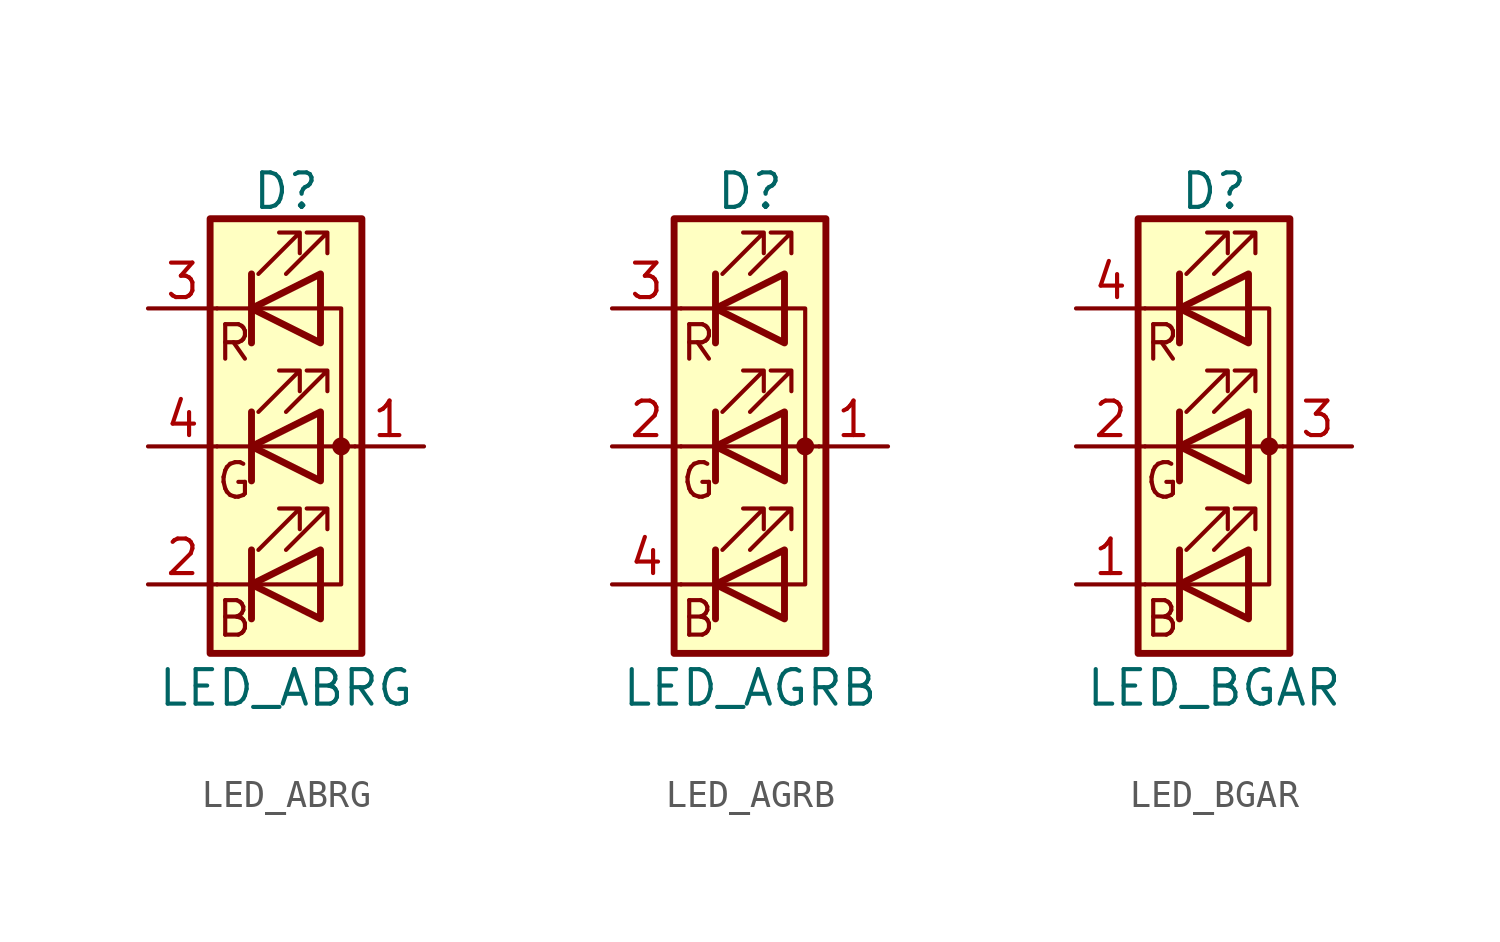
<source format=kicad_sym>
(kicad_symbol_lib
  (version 20220914)
  (generator kicad_symbol_editor)
  (symbol "LED_ABRG"
    (pin_names
      (offset 0) hide)
    (property "Reference" "D"
      (at 0 9.398 0)
      (effects (font (size 1.27 1.27))))
    (property "Value" "LED_ABRG"
      (at 0 -8.89 0)
      (effects (font (size 1.27 1.27))))
    (symbol "LED_ABRG_0_0"
      (text "B" (at -1.905 -6.35 0) (effects (font (size 1.27 1.27))))
      (text "G" (at -1.905 -1.27 0) (effects (font (size 1.27 1.27))))
      (text "R" (at -1.905 3.81 0) (effects (font (size 1.27 1.27)))))
    (symbol "LED_ABRG_0_1"
      (polyline (pts (xy -1.27 -5.08) (xy -2.54 -5.08)) (stroke (width 0) (type default)) (fill (type none)))
      (polyline (pts (xy -1.27 -5.08) (xy 1.27 -5.08)) (stroke (width 0) (type default)) (fill (type none)))
      (polyline (pts (xy -1.27 -3.81) (xy -1.27 -6.35)) (stroke (width 0.254) (type default)) (fill (type none)))
      (polyline (pts (xy -1.27 0) (xy -2.54 0)) (stroke (width 0) (type default)) (fill (type none)))
      (polyline (pts (xy -1.27 1.27) (xy -1.27 -1.27)) (stroke (width 0.254) (type default)) (fill (type none)))
      (polyline (pts (xy -1.27 5.08) (xy -2.54 5.08)) (stroke (width 0) (type default)) (fill (type none)))
      (polyline (pts (xy -1.27 5.08) (xy 1.27 5.08)) (stroke (width 0) (type default)) (fill (type none)))
      (polyline (pts (xy -1.27 6.35) (xy -1.27 3.81)) (stroke (width 0.254) (type default)) (fill (type none)))
      (polyline (pts (xy 1.27 0) (xy -1.27 0)) (stroke (width 0) (type default)) (fill (type none)))
      (polyline (pts (xy 1.27 0) (xy 2.54 0)) (stroke (width 0) (type default)) (fill (type none)))
      (polyline (pts (xy -1.27 1.27) (xy -1.27 -1.27) (xy -1.27 -1.27)) (stroke (width 0) (type default)) (fill (type none)))
      (polyline (pts (xy -1.27 6.35) (xy -1.27 3.81) (xy -1.27 3.81)) (stroke (width 0) (type default)) (fill (type none)))
      (polyline (pts (xy 1.27 -5.08) (xy 2.032 -5.08) (xy 2.032 5.08) (xy 1.27 5.08)) (stroke (width 0) (type default)) (fill (type none)))
      (polyline (pts (xy 1.27 -3.81) (xy 1.27 -6.35) (xy -1.27 -5.08) (xy 1.27 -3.81)) (stroke (width 0.254) (type default)) (fill (type none)))
      (polyline (pts (xy 1.27 1.27) (xy 1.27 -1.27) (xy -1.27 0) (xy 1.27 1.27)) (stroke (width 0.254) (type default)) (fill (type none)))
      (polyline (pts (xy 1.27 6.35) (xy 1.27 3.81) (xy -1.27 5.08) (xy 1.27 6.35)) (stroke (width 0.254) (type default)) (fill (type none)))
      (polyline (pts (xy -1.016 -3.81) (xy 0.508 -2.286) (xy -0.254 -2.286) (xy 0.508 -2.286) (xy 0.508 -3.048)) (stroke (width 0) (type default)) (fill (type none)))
      (polyline (pts (xy -1.016 1.27) (xy 0.508 2.794) (xy -0.254 2.794) (xy 0.508 2.794) (xy 0.508 2.032)) (stroke (width 0) (type default)) (fill (type none)))
      (polyline (pts (xy -1.016 6.35) (xy 0.508 7.874) (xy -0.254 7.874) (xy 0.508 7.874) (xy 0.508 7.112)) (stroke (width 0) (type default)) (fill (type none)))
      (polyline (pts (xy 0 -3.81) (xy 1.524 -2.286) (xy 0.762 -2.286) (xy 1.524 -2.286) (xy 1.524 -3.048)) (stroke (width 0) (type default)) (fill (type none)))
      (polyline (pts (xy 0 1.27) (xy 1.524 2.794) (xy 0.762 2.794) (xy 1.524 2.794) (xy 1.524 2.032)) (stroke (width 0) (type default)) (fill (type none)))
      (polyline (pts (xy 0 6.35) (xy 1.524 7.874) (xy 0.762 7.874) (xy 1.524 7.874) (xy 1.524 7.112)) (stroke (width 0) (type default)) (fill (type none)))
      (rectangle (start 1.27 -1.27) (end 1.27 1.27) (stroke (width 0) (type default)) (fill (type none)))
      (rectangle (start 1.27 1.27) (end 1.27 1.27) (stroke (width 0) (type default)) (fill (type none)))
      (rectangle (start 1.27 3.81) (end 1.27 6.35) (stroke (width 0) (type default)) (fill (type none)))
      (rectangle (start 1.27 6.35) (end 1.27 6.35) (stroke (width 0) (type default)) (fill (type none)))
      (circle (center 2.032 0) (radius 0.254) (stroke (width 0) (type default)) (fill (type outline)))
      (rectangle (start 2.794 8.382) (end -2.794 -7.62) (stroke (width 0.254) (type default)) (fill (type background))))
    (symbol "LED_ABRG_1_1"
      (pin passive line (at 5.08 0 180) (length 2.54) (name "A" (effects (font (size 1.27 1.27)))) (number "1" (effects (font (size 1.27 1.27)))))
      (pin passive line (at -5.08 -5.08 0) (length 2.54) (name "BK" (effects (font (size 1.27 1.27)))) (number "2" (effects (font (size 1.27 1.27)))))
      (pin passive line (at -5.08 5.08 0) (length 2.54) (name "RK" (effects (font (size 1.27 1.27)))) (number "3" (effects (font (size 1.27 1.27)))))
      (pin passive line (at -5.08 0 0) (length 2.54) (name "GK" (effects (font (size 1.27 1.27)))) (number "4" (effects (font (size 1.27 1.27)))))))
  (symbol "LED_AGRB"
    (pin_names
      (offset 0) hide)
    (property "Reference" "D"
      (at 0 9.398 0)
      (effects (font (size 1.27 1.27))))
    (property "Value" "LED_AGRB"
      (at 0 -8.89 0)
      (effects (font (size 1.27 1.27))))
    (symbol "LED_AGRB_0_0"
      (text "B" (at -1.905 -6.35 0) (effects (font (size 1.27 1.27))))
      (text "G" (at -1.905 -1.27 0) (effects (font (size 1.27 1.27))))
      (text "R" (at -1.905 3.81 0) (effects (font (size 1.27 1.27)))))
    (symbol "LED_AGRB_0_1"
      (polyline (pts (xy -1.27 -5.08) (xy -2.54 -5.08)) (stroke (width 0) (type default)) (fill (type none)))
      (polyline (pts (xy -1.27 -5.08) (xy 1.27 -5.08)) (stroke (width 0) (type default)) (fill (type none)))
      (polyline (pts (xy -1.27 -3.81) (xy -1.27 -6.35)) (stroke (width 0.254) (type default)) (fill (type none)))
      (polyline (pts (xy -1.27 0) (xy -2.54 0)) (stroke (width 0) (type default)) (fill (type none)))
      (polyline (pts (xy -1.27 1.27) (xy -1.27 -1.27)) (stroke (width 0.254) (type default)) (fill (type none)))
      (polyline (pts (xy -1.27 5.08) (xy -2.54 5.08)) (stroke (width 0) (type default)) (fill (type none)))
      (polyline (pts (xy -1.27 5.08) (xy 1.27 5.08)) (stroke (width 0) (type default)) (fill (type none)))
      (polyline (pts (xy -1.27 6.35) (xy -1.27 3.81)) (stroke (width 0.254) (type default)) (fill (type none)))
      (polyline (pts (xy 1.27 0) (xy -1.27 0)) (stroke (width 0) (type default)) (fill (type none)))
      (polyline (pts (xy 1.27 0) (xy 2.54 0)) (stroke (width 0) (type default)) (fill (type none)))
      (polyline (pts (xy -1.27 1.27) (xy -1.27 -1.27) (xy -1.27 -1.27)) (stroke (width 0) (type default)) (fill (type none)))
      (polyline (pts (xy -1.27 6.35) (xy -1.27 3.81) (xy -1.27 3.81)) (stroke (width 0) (type default)) (fill (type none)))
      (polyline (pts (xy 1.27 -5.08) (xy 2.032 -5.08) (xy 2.032 5.08) (xy 1.27 5.08)) (stroke (width 0) (type default)) (fill (type none)))
      (polyline (pts (xy 1.27 -3.81) (xy 1.27 -6.35) (xy -1.27 -5.08) (xy 1.27 -3.81)) (stroke (width 0.254) (type default)) (fill (type none)))
      (polyline (pts (xy 1.27 1.27) (xy 1.27 -1.27) (xy -1.27 0) (xy 1.27 1.27)) (stroke (width 0.254) (type default)) (fill (type none)))
      (polyline (pts (xy 1.27 6.35) (xy 1.27 3.81) (xy -1.27 5.08) (xy 1.27 6.35)) (stroke (width 0.254) (type default)) (fill (type none)))
      (polyline (pts (xy -1.016 -3.81) (xy 0.508 -2.286) (xy -0.254 -2.286) (xy 0.508 -2.286) (xy 0.508 -3.048)) (stroke (width 0) (type default)) (fill (type none)))
      (polyline (pts (xy -1.016 1.27) (xy 0.508 2.794) (xy -0.254 2.794) (xy 0.508 2.794) (xy 0.508 2.032)) (stroke (width 0) (type default)) (fill (type none)))
      (polyline (pts (xy -1.016 6.35) (xy 0.508 7.874) (xy -0.254 7.874) (xy 0.508 7.874) (xy 0.508 7.112)) (stroke (width 0) (type default)) (fill (type none)))
      (polyline (pts (xy 0 -3.81) (xy 1.524 -2.286) (xy 0.762 -2.286) (xy 1.524 -2.286) (xy 1.524 -3.048)) (stroke (width 0) (type default)) (fill (type none)))
      (polyline (pts (xy 0 1.27) (xy 1.524 2.794) (xy 0.762 2.794) (xy 1.524 2.794) (xy 1.524 2.032)) (stroke (width 0) (type default)) (fill (type none)))
      (polyline (pts (xy 0 6.35) (xy 1.524 7.874) (xy 0.762 7.874) (xy 1.524 7.874) (xy 1.524 7.112)) (stroke (width 0) (type default)) (fill (type none)))
      (rectangle (start 1.27 -1.27) (end 1.27 1.27) (stroke (width 0) (type default)) (fill (type none)))
      (rectangle (start 1.27 1.27) (end 1.27 1.27) (stroke (width 0) (type default)) (fill (type none)))
      (rectangle (start 1.27 3.81) (end 1.27 6.35) (stroke (width 0) (type default)) (fill (type none)))
      (rectangle (start 1.27 6.35) (end 1.27 6.35) (stroke (width 0) (type default)) (fill (type none)))
      (circle (center 2.032 0) (radius 0.254) (stroke (width 0) (type default)) (fill (type outline)))
      (rectangle (start 2.794 8.382) (end -2.794 -7.62) (stroke (width 0.254) (type default)) (fill (type background))))
    (symbol "LED_AGRB_1_1"
      (pin passive line (at 5.08 0 180) (length 2.54) (name "A" (effects (font (size 1.27 1.27)))) (number "1" (effects (font (size 1.27 1.27)))))
      (pin passive line (at -5.08 0 0) (length 2.54) (name "GK" (effects (font (size 1.27 1.27)))) (number "2" (effects (font (size 1.27 1.27)))))
      (pin passive line (at -5.08 5.08 0) (length 2.54) (name "RK" (effects (font (size 1.27 1.27)))) (number "3" (effects (font (size 1.27 1.27)))))
      (pin passive line (at -5.08 -5.08 0) (length 2.54) (name "BK" (effects (font (size 1.27 1.27)))) (number "4" (effects (font (size 1.27 1.27)))))))
  (symbol "LED_BGAR"
    (pin_names
      (offset 0) hide)
    (property "Reference" "D"
      (at 0 9.398 0)
      (effects (font (size 1.27 1.27))))
    (property "Value" "LED_BGAR"
      (at 0 -8.89 0)
      (effects (font (size 1.27 1.27))))
    (symbol "LED_BGAR_0_0"
      (text "B" (at -1.905 -6.35 0) (effects (font (size 1.27 1.27))))
      (text "G" (at -1.905 -1.27 0) (effects (font (size 1.27 1.27))))
      (text "R" (at -1.905 3.81 0) (effects (font (size 1.27 1.27)))))
    (symbol "LED_BGAR_0_1"
      (polyline (pts (xy -1.27 -5.08) (xy -2.54 -5.08)) (stroke (width 0) (type default)) (fill (type none)))
      (polyline (pts (xy -1.27 -5.08) (xy 1.27 -5.08)) (stroke (width 0) (type default)) (fill (type none)))
      (polyline (pts (xy -1.27 -3.81) (xy -1.27 -6.35)) (stroke (width 0.254) (type default)) (fill (type none)))
      (polyline (pts (xy -1.27 0) (xy -2.54 0)) (stroke (width 0) (type default)) (fill (type none)))
      (polyline (pts (xy -1.27 1.27) (xy -1.27 -1.27)) (stroke (width 0.254) (type default)) (fill (type none)))
      (polyline (pts (xy -1.27 5.08) (xy -2.54 5.08)) (stroke (width 0) (type default)) (fill (type none)))
      (polyline (pts (xy -1.27 5.08) (xy 1.27 5.08)) (stroke (width 0) (type default)) (fill (type none)))
      (polyline (pts (xy -1.27 6.35) (xy -1.27 3.81)) (stroke (width 0.254) (type default)) (fill (type none)))
      (polyline (pts (xy 1.27 0) (xy -1.27 0)) (stroke (width 0) (type default)) (fill (type none)))
      (polyline (pts (xy 1.27 0) (xy 2.54 0)) (stroke (width 0) (type default)) (fill (type none)))
      (polyline (pts (xy -1.27 1.27) (xy -1.27 -1.27) (xy -1.27 -1.27)) (stroke (width 0) (type default)) (fill (type none)))
      (polyline (pts (xy -1.27 6.35) (xy -1.27 3.81) (xy -1.27 3.81)) (stroke (width 0) (type default)) (fill (type none)))
      (polyline (pts (xy 1.27 -5.08) (xy 2.032 -5.08) (xy 2.032 5.08) (xy 1.27 5.08)) (stroke (width 0) (type default)) (fill (type none)))
      (polyline (pts (xy 1.27 -3.81) (xy 1.27 -6.35) (xy -1.27 -5.08) (xy 1.27 -3.81)) (stroke (width 0.254) (type default)) (fill (type none)))
      (polyline (pts (xy 1.27 1.27) (xy 1.27 -1.27) (xy -1.27 0) (xy 1.27 1.27)) (stroke (width 0.254) (type default)) (fill (type none)))
      (polyline (pts (xy 1.27 6.35) (xy 1.27 3.81) (xy -1.27 5.08) (xy 1.27 6.35)) (stroke (width 0.254) (type default)) (fill (type none)))
      (polyline (pts (xy -1.016 -3.81) (xy 0.508 -2.286) (xy -0.254 -2.286) (xy 0.508 -2.286) (xy 0.508 -3.048)) (stroke (width 0) (type default)) (fill (type none)))
      (polyline (pts (xy -1.016 1.27) (xy 0.508 2.794) (xy -0.254 2.794) (xy 0.508 2.794) (xy 0.508 2.032)) (stroke (width 0) (type default)) (fill (type none)))
      (polyline (pts (xy -1.016 6.35) (xy 0.508 7.874) (xy -0.254 7.874) (xy 0.508 7.874) (xy 0.508 7.112)) (stroke (width 0) (type default)) (fill (type none)))
      (polyline (pts (xy 0 -3.81) (xy 1.524 -2.286) (xy 0.762 -2.286) (xy 1.524 -2.286) (xy 1.524 -3.048)) (stroke (width 0) (type default)) (fill (type none)))
      (polyline (pts (xy 0 1.27) (xy 1.524 2.794) (xy 0.762 2.794) (xy 1.524 2.794) (xy 1.524 2.032)) (stroke (width 0) (type default)) (fill (type none)))
      (polyline (pts (xy 0 6.35) (xy 1.524 7.874) (xy 0.762 7.874) (xy 1.524 7.874) (xy 1.524 7.112)) (stroke (width 0) (type default)) (fill (type none)))
      (rectangle (start 1.27 -1.27) (end 1.27 1.27) (stroke (width 0) (type default)) (fill (type none)))
      (rectangle (start 1.27 1.27) (end 1.27 1.27) (stroke (width 0) (type default)) (fill (type none)))
      (rectangle (start 1.27 3.81) (end 1.27 6.35) (stroke (width 0) (type default)) (fill (type none)))
      (rectangle (start 1.27 6.35) (end 1.27 6.35) (stroke (width 0) (type default)) (fill (type none)))
      (circle (center 2.032 0) (radius 0.254) (stroke (width 0) (type default)) (fill (type outline)))
      (rectangle (start 2.794 8.382) (end -2.794 -7.62) (stroke (width 0.254) (type default)) (fill (type background))))
    (symbol "LED_BGAR_1_1"
      (pin passive line (at -5.08 -5.08 0) (length 2.54) (name "BK" (effects (font (size 1.27 1.27)))) (number "1" (effects (font (size 1.27 1.27)))))
      (pin passive line (at -5.08 0 0) (length 2.54) (name "GK" (effects (font (size 1.27 1.27)))) (number "2" (effects (font (size 1.27 1.27)))))
      (pin passive line (at 5.08 0 180) (length 2.54) (name "A" (effects (font (size 1.27 1.27)))) (number "3" (effects (font (size 1.27 1.27)))))
      (pin passive line (at -5.08 5.08 0) (length 2.54) (name "RK" (effects (font (size 1.27 1.27)))) (number "4" (effects (font (size 1.27 1.27))))))))
</source>
